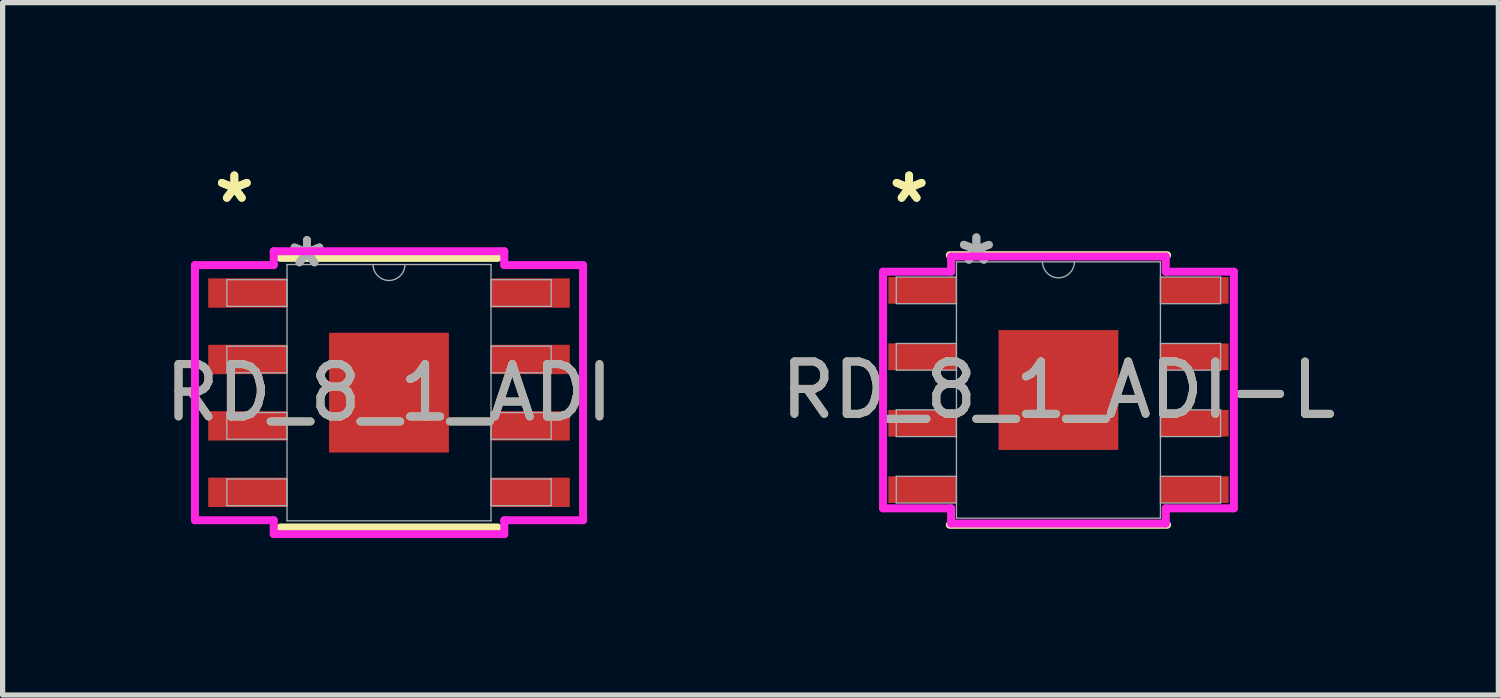
<source format=kicad_pcb>
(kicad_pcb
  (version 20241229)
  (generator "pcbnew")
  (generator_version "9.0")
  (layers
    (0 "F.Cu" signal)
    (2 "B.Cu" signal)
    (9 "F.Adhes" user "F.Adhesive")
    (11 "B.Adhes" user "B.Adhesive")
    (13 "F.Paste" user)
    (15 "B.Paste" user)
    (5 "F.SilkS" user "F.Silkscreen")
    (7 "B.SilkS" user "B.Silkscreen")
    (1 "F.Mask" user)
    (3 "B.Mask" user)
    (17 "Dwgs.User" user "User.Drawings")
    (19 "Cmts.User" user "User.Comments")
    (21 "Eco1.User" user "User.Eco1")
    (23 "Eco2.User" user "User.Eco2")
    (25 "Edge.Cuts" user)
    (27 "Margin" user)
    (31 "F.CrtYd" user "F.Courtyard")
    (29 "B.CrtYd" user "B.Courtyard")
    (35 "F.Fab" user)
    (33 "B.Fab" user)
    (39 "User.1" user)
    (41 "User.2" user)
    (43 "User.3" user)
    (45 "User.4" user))
  (footprint "RD_8_1_ADI"
    (layer "F.Cu")
    (at 4.387 4.457)
    (property "Reference" "RD_8_1_ADI" (at 0 0 0) (unlocked yes) (layer "F.SilkS") (effects (font (size 1 1) (thickness 0.15))))
    (attr smd)
    (fp_line (start -2.077 2.577) (end 2.077 2.577) (stroke (width 0.152) (type solid)) (layer "F.SilkS"))
    (fp_line (start 2.077 -2.577) (end -2.077 -2.577) (stroke (width 0.152) (type solid)) (layer "F.SilkS"))
    (fp_line (start -3.71 -2.439) (end -2.204 -2.439) (stroke (width 0.152) (type solid)) (layer "F.CrtYd"))
    (fp_line (start -3.71 2.439) (end -3.71 -2.439) (stroke (width 0.152) (type solid)) (layer "F.CrtYd"))
    (fp_line (start -3.71 2.439) (end -2.204 2.439) (stroke (width 0.152) (type solid)) (layer "F.CrtYd"))
    (fp_line (start -2.204 -2.704) (end 2.204 -2.704) (stroke (width 0.152) (type solid)) (layer "F.CrtYd"))
    (fp_line (start -2.204 -2.439) (end -2.204 -2.704) (stroke (width 0.152) (type solid)) (layer "F.CrtYd"))
    (fp_line (start -2.204 2.704) (end -2.204 2.439) (stroke (width 0.152) (type solid)) (layer "F.CrtYd"))
    (fp_line (start 2.204 -2.704) (end 2.204 -2.439) (stroke (width 0.152) (type solid)) (layer "F.CrtYd"))
    (fp_line (start 2.204 2.439) (end 2.204 2.704) (stroke (width 0.152) (type solid)) (layer "F.CrtYd"))
    (fp_line (start 2.204 2.704) (end -2.204 2.704) (stroke (width 0.152) (type solid)) (layer "F.CrtYd"))
    (fp_line (start 3.71 -2.439) (end 2.204 -2.439) (stroke (width 0.152) (type solid)) (layer "F.CrtYd"))
    (fp_line (start 3.71 -2.439) (end 3.71 2.439) (stroke (width 0.152) (type solid)) (layer "F.CrtYd"))
    (fp_line (start 3.71 2.439) (end 2.204 2.439) (stroke (width 0.152) (type solid)) (layer "F.CrtYd"))
    (fp_line (start -3.1 -2.16) (end -3.1 -1.65) (stroke (width 0.025) (type solid)) (layer "F.Fab"))
    (fp_line (start -3.1 -1.65) (end -1.95 -1.65) (stroke (width 0.025) (type solid)) (layer "F.Fab"))
    (fp_line (start -3.1 -0.89) (end -3.1 -0.38) (stroke (width 0.025) (type solid)) (layer "F.Fab"))
    (fp_line (start -3.1 -0.38) (end -1.95 -0.38) (stroke (width 0.025) (type solid)) (layer "F.Fab"))
    (fp_line (start -3.1 0.38) (end -3.1 0.89) (stroke (width 0.025) (type solid)) (layer "F.Fab"))
    (fp_line (start -3.1 0.89) (end -1.95 0.89) (stroke (width 0.025) (type solid)) (layer "F.Fab"))
    (fp_line (start -3.1 1.65) (end -3.1 2.16) (stroke (width 0.025) (type solid)) (layer "F.Fab"))
    (fp_line (start -3.1 2.16) (end -1.95 2.16) (stroke (width 0.025) (type solid)) (layer "F.Fab"))
    (fp_line (start -1.95 -2.45) (end -1.95 2.45) (stroke (width 0.025) (type solid)) (layer "F.Fab"))
    (fp_line (start -1.95 -2.16) (end -3.1 -2.16) (stroke (width 0.025) (type solid)) (layer "F.Fab"))
    (fp_line (start -1.95 -1.65) (end -1.95 -2.16) (stroke (width 0.025) (type solid)) (layer "F.Fab"))
    (fp_line (start -1.95 -0.89) (end -3.1 -0.89) (stroke (width 0.025) (type solid)) (layer "F.Fab"))
    (fp_line (start -1.95 -0.38) (end -1.95 -0.89) (stroke (width 0.025) (type solid)) (layer "F.Fab"))
    (fp_line (start -1.95 0.38) (end -3.1 0.38) (stroke (width 0.025) (type solid)) (layer "F.Fab"))
    (fp_line (start -1.95 0.89) (end -1.95 0.38) (stroke (width 0.025) (type solid)) (layer "F.Fab"))
    (fp_line (start -1.95 1.65) (end -3.1 1.65) (stroke (width 0.025) (type solid)) (layer "F.Fab"))
    (fp_line (start -1.95 2.16) (end -1.95 1.65) (stroke (width 0.025) (type solid)) (layer "F.Fab"))
    (fp_line (start -1.95 2.45) (end 1.95 2.45) (stroke (width 0.025) (type solid)) (layer "F.Fab"))
    (fp_line (start 1.95 -2.45) (end -1.95 -2.45) (stroke (width 0.025) (type solid)) (layer "F.Fab"))
    (fp_line (start 1.95 -2.16) (end 1.95 -1.65) (stroke (width 0.025) (type solid)) (layer "F.Fab"))
    (fp_line (start 1.95 -1.65) (end 3.1 -1.65) (stroke (width 0.025) (type solid)) (layer "F.Fab"))
    (fp_line (start 1.95 -0.89) (end 1.95 -0.38) (stroke (width 0.025) (type solid)) (layer "F.Fab"))
    (fp_line (start 1.95 -0.38) (end 3.1 -0.38) (stroke (width 0.025) (type solid)) (layer "F.Fab"))
    (fp_line (start 1.95 0.38) (end 1.95 0.89) (stroke (width 0.025) (type solid)) (layer "F.Fab"))
    (fp_line (start 1.95 0.89) (end 3.1 0.89) (stroke (width 0.025) (type solid)) (layer "F.Fab"))
    (fp_line (start 1.95 1.65) (end 1.95 2.16) (stroke (width 0.025) (type solid)) (layer "F.Fab"))
    (fp_line (start 1.95 2.16) (end 3.1 2.16) (stroke (width 0.025) (type solid)) (layer "F.Fab"))
    (fp_line (start 1.95 2.45) (end 1.95 -2.45) (stroke (width 0.025) (type solid)) (layer "F.Fab"))
    (fp_line (start 3.1 -2.16) (end 1.95 -2.16) (stroke (width 0.025) (type solid)) (layer "F.Fab"))
    (fp_line (start 3.1 -1.65) (end 3.1 -2.16) (stroke (width 0.025) (type solid)) (layer "F.Fab"))
    (fp_line (start 3.1 -0.89) (end 1.95 -0.89) (stroke (width 0.025) (type solid)) (layer "F.Fab"))
    (fp_line (start 3.1 -0.38) (end 3.1 -0.89) (stroke (width 0.025) (type solid)) (layer "F.Fab"))
    (fp_line (start 3.1 0.38) (end 1.95 0.38) (stroke (width 0.025) (type solid)) (layer "F.Fab"))
    (fp_line (start 3.1 0.89) (end 3.1 0.38) (stroke (width 0.025) (type solid)) (layer "F.Fab"))
    (fp_line (start 3.1 1.65) (end 1.95 1.65) (stroke (width 0.025) (type solid)) (layer "F.Fab"))
    (fp_line (start 3.1 2.16) (end 3.1 1.65) (stroke (width 0.025) (type solid)) (layer "F.Fab"))
    (fp_arc (start 0.3048 -2.45) (mid 0 -2.1452) (end -0.3048 -2.45) (stroke (width 0.0254) (type solid)) (layer "F.Fab"))
    (fp_text user "*" (at -2.957 -3.609 0) (layer "F.SilkS") (effects (font (size 1 1) (thickness 0.15))))
    (fp_text user "*" (at -2.957 -3.609 0) (unlocked yes) (layer "F.SilkS") (effects (font (size 1 1) (thickness 0.15))))
    (fp_text user "*" (at -1.569 -2.374 0) (layer "F.Fab") (effects (font (size 1 1) (thickness 0.15))))
    (fp_text user "*" (at -1.569 -2.374 0) (unlocked yes) (layer "F.Fab") (effects (font (size 1 1) (thickness 0.15))))
    (fp_text user "${REFERENCE}" (at 0 0 0) (unlocked yes) (layer "F.Fab") (effects (font (size 1 1) (thickness 0.15))))
    (pad "1" smd rect (at -2.703 -1.905) (size 1.506 0.561) (layers "F.Cu" "F.Mask" "F.Paste"))
    (pad "2" smd rect (at -2.703 -0.635) (size 1.506 0.561) (layers "F.Cu" "F.Mask" "F.Paste"))
    (pad "3" smd rect (at -2.703 0.635) (size 1.506 0.561) (layers "F.Cu" "F.Mask" "F.Paste"))
    (pad "4" smd rect (at -2.703 1.905) (size 1.506 0.561) (layers "F.Cu" "F.Mask" "F.Paste"))
    (pad "5" smd rect (at 2.703 1.905) (size 1.506 0.561) (layers "F.Cu" "F.Mask" "F.Paste"))
    (pad "6" smd rect (at 2.703 0.635) (size 1.506 0.561) (layers "F.Cu" "F.Mask" "F.Paste"))
    (pad "7" smd rect (at 2.703 -0.635) (size 1.506 0.561) (layers "F.Cu" "F.Mask" "F.Paste"))
    (pad "8" smd rect (at 2.703 -1.905) (size 1.506 0.561) (layers "F.Cu" "F.Mask" "F.Paste"))
    (pad "EPAD" smd rect (at 0 0) (size 2.29 2.29) (layers "F.Cu" "F.Mask" "F.Paste")))
  (footprint "RD_8_1_ADI-L"
    (layer "F.Cu")
    (at 17.185 4.406)
    (property "Reference" "RD_8_1_ADI-L" (at 0 0 0) (unlocked yes) (layer "F.SilkS") (effects (font (size 1 1) (thickness 0.15))))
    (attr smd)
    (fp_line (start -2.077 2.577) (end 2.077 2.577) (stroke (width 0.152) (type solid)) (layer "F.SilkS"))
    (fp_line (start 2.077 -2.577) (end -2.077 -2.577) (stroke (width 0.152) (type solid)) (layer "F.SilkS"))
    (fp_line (start -3.354 -2.262) (end -2.052 -2.262) (stroke (width 0.152) (type solid)) (layer "F.CrtYd"))
    (fp_line (start -3.354 2.262) (end -3.354 -2.262) (stroke (width 0.152) (type solid)) (layer "F.CrtYd"))
    (fp_line (start -3.354 2.262) (end -2.052 2.262) (stroke (width 0.152) (type solid)) (layer "F.CrtYd"))
    (fp_line (start -2.052 -2.552) (end 2.052 -2.552) (stroke (width 0.152) (type solid)) (layer "F.CrtYd"))
    (fp_line (start -2.052 -2.262) (end -2.052 -2.552) (stroke (width 0.152) (type solid)) (layer "F.CrtYd"))
    (fp_line (start -2.052 2.552) (end -2.052 2.262) (stroke (width 0.152) (type solid)) (layer "F.CrtYd"))
    (fp_line (start 2.052 -2.552) (end 2.052 -2.262) (stroke (width 0.152) (type solid)) (layer "F.CrtYd"))
    (fp_line (start 2.052 2.262) (end 2.052 2.552) (stroke (width 0.152) (type solid)) (layer "F.CrtYd"))
    (fp_line (start 2.052 2.552) (end -2.052 2.552) (stroke (width 0.152) (type solid)) (layer "F.CrtYd"))
    (fp_line (start 3.354 -2.262) (end 2.052 -2.262) (stroke (width 0.152) (type solid)) (layer "F.CrtYd"))
    (fp_line (start 3.354 -2.262) (end 3.354 2.262) (stroke (width 0.152) (type solid)) (layer "F.CrtYd"))
    (fp_line (start 3.354 2.262) (end 2.052 2.262) (stroke (width 0.152) (type solid)) (layer "F.CrtYd"))
    (fp_line (start -3.1 -2.16) (end -3.1 -1.65) (stroke (width 0.025) (type solid)) (layer "F.Fab"))
    (fp_line (start -3.1 -1.65) (end -1.95 -1.65) (stroke (width 0.025) (type solid)) (layer "F.Fab"))
    (fp_line (start -3.1 -0.89) (end -3.1 -0.38) (stroke (width 0.025) (type solid)) (layer "F.Fab"))
    (fp_line (start -3.1 -0.38) (end -1.95 -0.38) (stroke (width 0.025) (type solid)) (layer "F.Fab"))
    (fp_line (start -3.1 0.38) (end -3.1 0.89) (stroke (width 0.025) (type solid)) (layer "F.Fab"))
    (fp_line (start -3.1 0.89) (end -1.95 0.89) (stroke (width 0.025) (type solid)) (layer "F.Fab"))
    (fp_line (start -3.1 1.65) (end -3.1 2.16) (stroke (width 0.025) (type solid)) (layer "F.Fab"))
    (fp_line (start -3.1 2.16) (end -1.95 2.16) (stroke (width 0.025) (type solid)) (layer "F.Fab"))
    (fp_line (start -1.95 -2.45) (end -1.95 2.45) (stroke (width 0.025) (type solid)) (layer "F.Fab"))
    (fp_line (start -1.95 -2.16) (end -3.1 -2.16) (stroke (width 0.025) (type solid)) (layer "F.Fab"))
    (fp_line (start -1.95 -1.65) (end -1.95 -2.16) (stroke (width 0.025) (type solid)) (layer "F.Fab"))
    (fp_line (start -1.95 -0.89) (end -3.1 -0.89) (stroke (width 0.025) (type solid)) (layer "F.Fab"))
    (fp_line (start -1.95 -0.38) (end -1.95 -0.89) (stroke (width 0.025) (type solid)) (layer "F.Fab"))
    (fp_line (start -1.95 0.38) (end -3.1 0.38) (stroke (width 0.025) (type solid)) (layer "F.Fab"))
    (fp_line (start -1.95 0.89) (end -1.95 0.38) (stroke (width 0.025) (type solid)) (layer "F.Fab"))
    (fp_line (start -1.95 1.65) (end -3.1 1.65) (stroke (width 0.025) (type solid)) (layer "F.Fab"))
    (fp_line (start -1.95 2.16) (end -1.95 1.65) (stroke (width 0.025) (type solid)) (layer "F.Fab"))
    (fp_line (start -1.95 2.45) (end 1.95 2.45) (stroke (width 0.025) (type solid)) (layer "F.Fab"))
    (fp_line (start 1.95 -2.45) (end -1.95 -2.45) (stroke (width 0.025) (type solid)) (layer "F.Fab"))
    (fp_line (start 1.95 -2.16) (end 1.95 -1.65) (stroke (width 0.025) (type solid)) (layer "F.Fab"))
    (fp_line (start 1.95 -1.65) (end 3.1 -1.65) (stroke (width 0.025) (type solid)) (layer "F.Fab"))
    (fp_line (start 1.95 -0.89) (end 1.95 -0.38) (stroke (width 0.025) (type solid)) (layer "F.Fab"))
    (fp_line (start 1.95 -0.38) (end 3.1 -0.38) (stroke (width 0.025) (type solid)) (layer "F.Fab"))
    (fp_line (start 1.95 0.38) (end 1.95 0.89) (stroke (width 0.025) (type solid)) (layer "F.Fab"))
    (fp_line (start 1.95 0.89) (end 3.1 0.89) (stroke (width 0.025) (type solid)) (layer "F.Fab"))
    (fp_line (start 1.95 1.65) (end 1.95 2.16) (stroke (width 0.025) (type solid)) (layer "F.Fab"))
    (fp_line (start 1.95 2.16) (end 3.1 2.16) (stroke (width 0.025) (type solid)) (layer "F.Fab"))
    (fp_line (start 1.95 2.45) (end 1.95 -2.45) (stroke (width 0.025) (type solid)) (layer "F.Fab"))
    (fp_line (start 3.1 -2.16) (end 1.95 -2.16) (stroke (width 0.025) (type solid)) (layer "F.Fab"))
    (fp_line (start 3.1 -1.65) (end 3.1 -2.16) (stroke (width 0.025) (type solid)) (layer "F.Fab"))
    (fp_line (start 3.1 -0.89) (end 1.95 -0.89) (stroke (width 0.025) (type solid)) (layer "F.Fab"))
    (fp_line (start 3.1 -0.38) (end 3.1 -0.89) (stroke (width 0.025) (type solid)) (layer "F.Fab"))
    (fp_line (start 3.1 0.38) (end 1.95 0.38) (stroke (width 0.025) (type solid)) (layer "F.Fab"))
    (fp_line (start 3.1 0.89) (end 3.1 0.38) (stroke (width 0.025) (type solid)) (layer "F.Fab"))
    (fp_line (start 3.1 1.65) (end 1.95 1.65) (stroke (width 0.025) (type solid)) (layer "F.Fab"))
    (fp_line (start 3.1 2.16) (end 3.1 1.65) (stroke (width 0.025) (type solid)) (layer "F.Fab"))
    (fp_arc (start 0.3048 -2.45) (mid 0 -2.1452) (end -0.3048 -2.45) (stroke (width 0.0254) (type solid)) (layer "F.Fab"))
    (fp_text user "*" (at -2.855 -3.558 0) (unlocked yes) (layer "F.SilkS") (effects (font (size 1 1) (thickness 0.15))))
    (fp_text user "*" (at -2.855 -3.558 0) (layer "F.SilkS") (effects (font (size 1 1) (thickness 0.15))))
    (fp_text user "*" (at -1.569 -2.374 0) (layer "F.Fab") (effects (font (size 1 1) (thickness 0.15))))
    (fp_text user "*" (at -1.569 -2.374 0) (unlocked yes) (layer "F.Fab") (effects (font (size 1 1) (thickness 0.15))))
    (fp_text user "${REFERENCE}" (at 0 0 0) (unlocked yes) (layer "F.Fab") (effects (font (size 1 1) (thickness 0.15))))
    (pad "1" smd rect (at -2.601 -1.905) (size 1.302 0.51) (layers "F.Cu" "F.Mask" "F.Paste"))
    (pad "2" smd rect (at -2.601 -0.635) (size 1.302 0.51) (layers "F.Cu" "F.Mask" "F.Paste"))
    (pad "3" smd rect (at -2.601 0.635) (size 1.302 0.51) (layers "F.Cu" "F.Mask" "F.Paste"))
    (pad "4" smd rect (at -2.601 1.905) (size 1.302 0.51) (layers "F.Cu" "F.Mask" "F.Paste"))
    (pad "5" smd rect (at 2.601 1.905) (size 1.302 0.51) (layers "F.Cu" "F.Mask" "F.Paste"))
    (pad "6" smd rect (at 2.601 0.635) (size 1.302 0.51) (layers "F.Cu" "F.Mask" "F.Paste"))
    (pad "7" smd rect (at 2.601 -0.635) (size 1.302 0.51) (layers "F.Cu" "F.Mask" "F.Paste"))
    (pad "8" smd rect (at 2.601 -1.905) (size 1.302 0.51) (layers "F.Cu" "F.Mask" "F.Paste"))
    (pad "EPAD" smd rect (at 0 0) (size 2.29 2.29) (layers "F.Cu" "F.Mask" "F.Paste")))
  (gr_rect
    (start -3 -3)
    (end 25.595 10.237)
    (stroke (width 0.1) (type default))
    (fill no)
    (layer "Edge.Cuts")))
</source>
